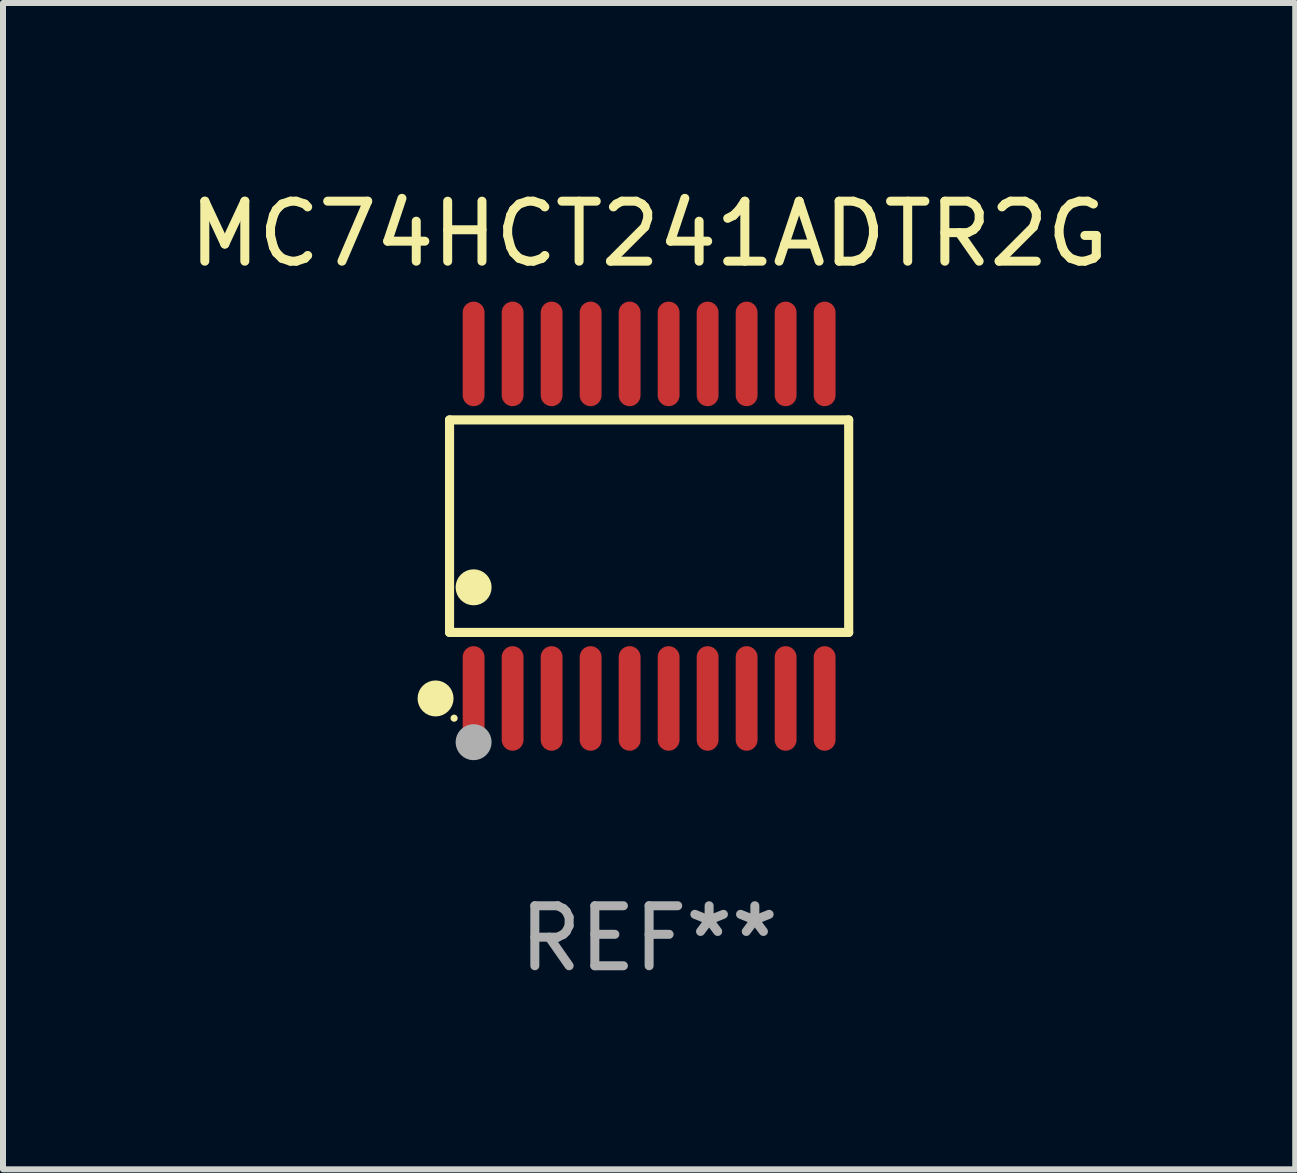
<source format=kicad_pcb>
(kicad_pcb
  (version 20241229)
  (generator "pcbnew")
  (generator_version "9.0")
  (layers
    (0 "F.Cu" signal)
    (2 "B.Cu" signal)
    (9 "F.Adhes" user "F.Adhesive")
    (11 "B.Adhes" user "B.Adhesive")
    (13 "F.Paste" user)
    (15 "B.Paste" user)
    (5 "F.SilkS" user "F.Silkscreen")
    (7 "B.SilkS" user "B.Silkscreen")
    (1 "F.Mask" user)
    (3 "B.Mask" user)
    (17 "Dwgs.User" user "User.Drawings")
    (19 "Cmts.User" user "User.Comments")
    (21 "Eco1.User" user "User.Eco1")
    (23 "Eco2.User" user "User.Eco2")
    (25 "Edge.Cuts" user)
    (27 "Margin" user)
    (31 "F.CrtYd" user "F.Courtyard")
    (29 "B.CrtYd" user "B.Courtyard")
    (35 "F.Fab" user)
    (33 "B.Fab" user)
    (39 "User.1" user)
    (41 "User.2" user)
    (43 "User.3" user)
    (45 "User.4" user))
  (footprint "MC74HCT241ADTR2G"
    (layer "F.Cu")
    (at 7.768 5.719)
    (property "Reference" "MC74HCT241ADTR2G" (at 0 -4.871 0) (layer "F.SilkS") (effects (font (size 1 1) (thickness 0.15))))
    (attr through_hole)
    (fp_line (start -3.326 -1.771) (end 3.326 -1.771) (stroke (width 0.152) (type solid)) (layer "F.SilkS"))
    (fp_line (start -3.326 1.771) (end -3.326 -1.771) (stroke (width 0.152) (type solid)) (layer "F.SilkS"))
    (fp_line (start 3.326 -1.771) (end 3.326 1.771) (stroke (width 0.152) (type solid)) (layer "F.SilkS"))
    (fp_line (start 3.326 1.771) (end -3.326 1.771) (stroke (width 0.152) (type solid)) (layer "F.SilkS"))
    (fp_circle (center -3.559 2.871) (end -3.409 2.871) (stroke (width 0.3) (type solid)) (fill no) (layer "F.SilkS"))
    (fp_circle (center -3.25 3.2) (end -3.22 3.2) (stroke (width 0.06) (type solid)) (fill no) (layer "F.SilkS"))
    (fp_circle (center -2.925 1.019) (end -2.775 1.019) (stroke (width 0.3) (type solid)) (fill no) (layer "F.SilkS"))
    (fp_circle (center -2.925 3.6) (end -2.775 3.6) (stroke (width 0.3) (type solid)) (fill no) (layer "F.Fab"))
    (fp_text user "REF**" (at 0 6.871 0) (layer "F.Fab") (effects (font (size 1 1) (thickness 0.15))))
    (pad "1" smd oval (at -2.925 2.871) (size 0.364 1.742) (layers "F.Cu" "F.Mask" "F.Paste"))
    (pad "2" smd oval (at -2.275 2.871) (size 0.364 1.742) (layers "F.Cu" "F.Mask" "F.Paste"))
    (pad "3" smd oval (at -1.625 2.871) (size 0.364 1.742) (layers "F.Cu" "F.Mask" "F.Paste"))
    (pad "4" smd oval (at -0.975 2.871) (size 0.364 1.742) (layers "F.Cu" "F.Mask" "F.Paste"))
    (pad "5" smd oval (at -0.325 2.871) (size 0.364 1.742) (layers "F.Cu" "F.Mask" "F.Paste"))
    (pad "6" smd oval (at 0.325 2.871) (size 0.364 1.742) (layers "F.Cu" "F.Mask" "F.Paste"))
    (pad "7" smd oval (at 0.975 2.871) (size 0.364 1.742) (layers "F.Cu" "F.Mask" "F.Paste"))
    (pad "8" smd oval (at 1.625 2.871) (size 0.364 1.742) (layers "F.Cu" "F.Mask" "F.Paste"))
    (pad "9" smd oval (at 2.275 2.871) (size 0.364 1.742) (layers "F.Cu" "F.Mask" "F.Paste"))
    (pad "10" smd oval (at 2.925 2.871) (size 0.364 1.742) (layers "F.Cu" "F.Mask" "F.Paste"))
    (pad "11" smd oval (at 2.925 -2.871) (size 0.364 1.742) (layers "F.Cu" "F.Mask" "F.Paste"))
    (pad "12" smd oval (at 2.275 -2.871) (size 0.364 1.742) (layers "F.Cu" "F.Mask" "F.Paste"))
    (pad "13" smd oval (at 1.625 -2.871) (size 0.364 1.742) (layers "F.Cu" "F.Mask" "F.Paste"))
    (pad "14" smd oval (at 0.975 -2.871) (size 0.364 1.742) (layers "F.Cu" "F.Mask" "F.Paste"))
    (pad "15" smd oval (at 0.325 -2.871) (size 0.364 1.742) (layers "F.Cu" "F.Mask" "F.Paste"))
    (pad "16" smd oval (at -0.325 -2.871) (size 0.364 1.742) (layers "F.Cu" "F.Mask" "F.Paste"))
    (pad "17" smd oval (at -0.975 -2.871) (size 0.364 1.742) (layers "F.Cu" "F.Mask" "F.Paste"))
    (pad "18" smd oval (at -1.625 -2.871) (size 0.364 1.742) (layers "F.Cu" "F.Mask" "F.Paste"))
    (pad "19" smd oval (at -2.275 -2.871) (size 0.364 1.742) (layers "F.Cu" "F.Mask" "F.Paste"))
    (pad "20" smd oval (at -2.925 -2.871) (size 0.364 1.742) (layers "F.Cu" "F.Mask" "F.Paste")))
  (gr_rect
    (start -3 -3)
    (end 18.536 16.438)
    (stroke (width 0.1) (type default))
    (fill no)
    (layer "Edge.Cuts")))
</source>
